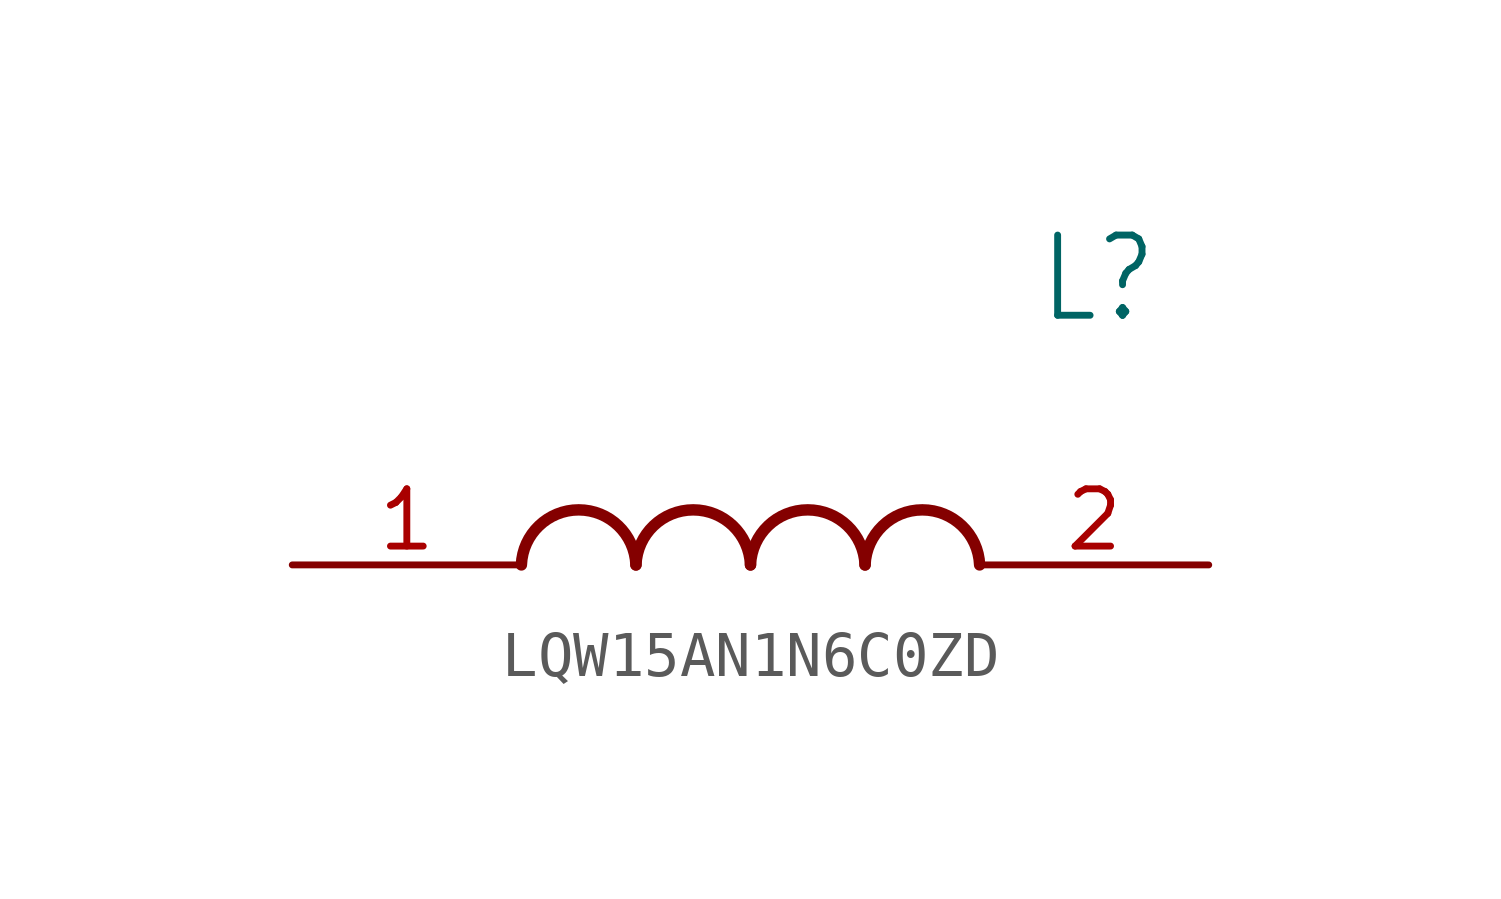
<source format=kicad_sym>
(kicad_symbol_lib
  (version 20220914)
  (generator kicad_symbol_editor)
  (symbol "LQW15AN1N6C0ZD"
    (property "Reference" "L"
      (at 16.51 6.35 0)
      (effects (font (size 1.778 1.511)) (justify left)))
    (property "Value" ""
      (at 16.51 3.81 0)
      (effects (font (size 1.778 1.511)) (justify left)))
    (property "ki_locked" ""
      (at 0 0 0)
      (effects (font (size 1.27 1.27))))
    (symbol "LQW15AN1N6C0ZD_1_0"
      (arc (start 7.62 0) (mid 6.35 1.22) (end 5.08 0) (stroke (width 0.254) (type solid)) (fill (type none)))
      (arc (start 10.16 0) (mid 8.89 1.22) (end 7.62 0) (stroke (width 0.254) (type solid)) (fill (type none)))
      (arc (start 12.7 0) (mid 11.43 1.22) (end 10.16 0) (stroke (width 0.254) (type solid)) (fill (type none)))
      (arc (start 15.24 0) (mid 13.97 1.22) (end 12.7 0) (stroke (width 0.254) (type solid)) (fill (type none)))
      (pin bidirectional line (at 0 0 0) (length 5.08) (name "1" (effects (font (size 0 0)))) (number "1" (effects (font (size 1.27 1.27)))))
      (pin bidirectional line (at 20.32 0 180) (length 5.08) (name "2" (effects (font (size 0 0)))) (number "2" (effects (font (size 1.27 1.27))))))))
</source>
